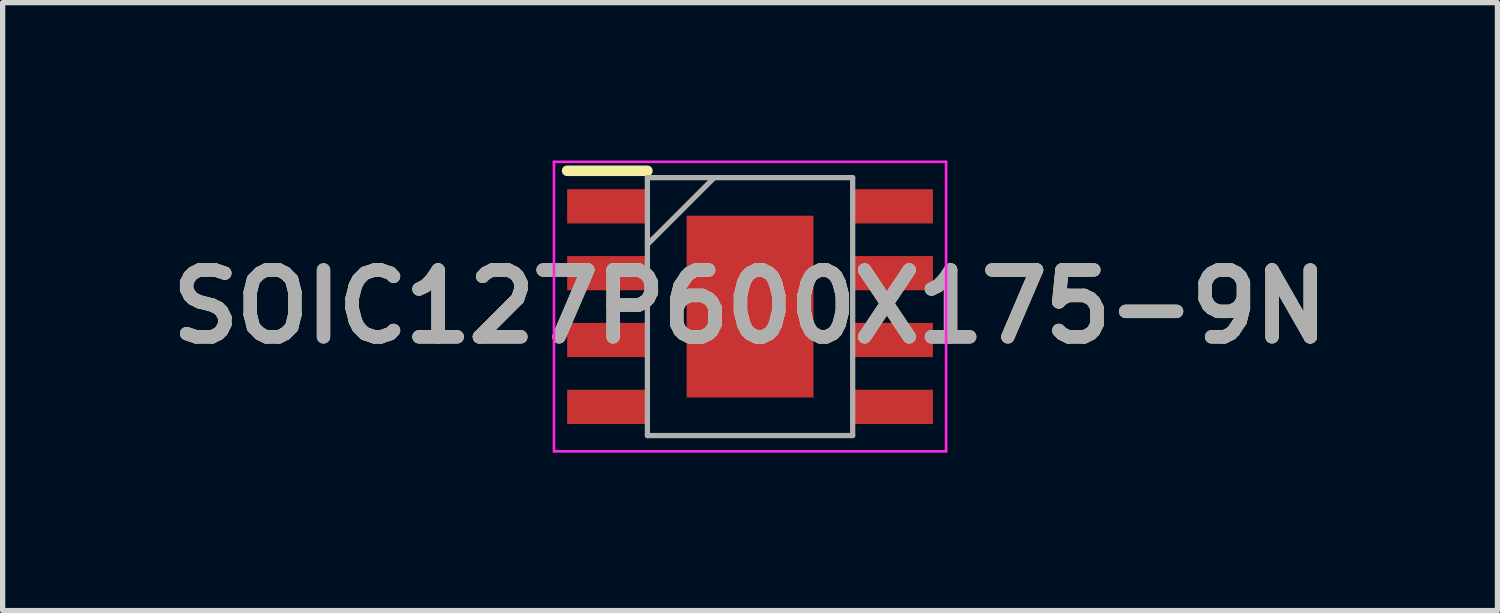
<source format=kicad_pcb>
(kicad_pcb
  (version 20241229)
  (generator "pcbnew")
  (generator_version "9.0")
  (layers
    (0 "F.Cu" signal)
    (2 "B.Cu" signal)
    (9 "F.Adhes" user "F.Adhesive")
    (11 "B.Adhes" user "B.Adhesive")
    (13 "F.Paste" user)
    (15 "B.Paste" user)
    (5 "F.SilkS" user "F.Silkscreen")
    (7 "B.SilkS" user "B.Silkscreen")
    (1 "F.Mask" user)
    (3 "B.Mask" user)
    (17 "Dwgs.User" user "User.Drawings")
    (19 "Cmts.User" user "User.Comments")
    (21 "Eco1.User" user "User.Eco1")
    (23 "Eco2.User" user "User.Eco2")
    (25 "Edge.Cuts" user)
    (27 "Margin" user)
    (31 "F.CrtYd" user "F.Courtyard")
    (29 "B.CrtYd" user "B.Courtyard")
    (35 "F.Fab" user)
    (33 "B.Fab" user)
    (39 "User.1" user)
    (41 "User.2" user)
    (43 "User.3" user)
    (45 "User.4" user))
  (footprint "SOIC127P600X175-9N"
    (layer "F.Cu")
    (at 11.2 2.775)
    (property "Reference" "SOIC127P600X175-9N" (at 0 0 0) (layer "F.SilkS") (effects (font (size 1.27 1.27) (thickness 0.254))))
    (attr smd)
    (fp_line (start -3.475 -2.58) (end -1.95 -2.58) (stroke (width 0.2) (type solid)) (layer "F.SilkS"))
    (fp_line (start -3.725 -2.75) (end 3.725 -2.75) (stroke (width 0.05) (type solid)) (layer "F.CrtYd"))
    (fp_line (start -3.725 2.75) (end -3.725 -2.75) (stroke (width 0.05) (type solid)) (layer "F.CrtYd"))
    (fp_line (start 3.725 -2.75) (end 3.725 2.75) (stroke (width 0.05) (type solid)) (layer "F.CrtYd"))
    (fp_line (start 3.725 2.75) (end -3.725 2.75) (stroke (width 0.05) (type solid)) (layer "F.CrtYd"))
    (fp_line (start -1.95 -2.45) (end 1.95 -2.45) (stroke (width 0.1) (type solid)) (layer "F.Fab"))
    (fp_line (start -1.95 -1.18) (end -0.68 -2.45) (stroke (width 0.1) (type solid)) (layer "F.Fab"))
    (fp_line (start -1.95 2.45) (end -1.95 -2.45) (stroke (width 0.1) (type solid)) (layer "F.Fab"))
    (fp_line (start 1.95 -2.45) (end 1.95 2.45) (stroke (width 0.1) (type solid)) (layer "F.Fab"))
    (fp_line (start 1.95 2.45) (end -1.95 2.45) (stroke (width 0.1) (type solid)) (layer "F.Fab"))
    (fp_text user "${REFERENCE}" (at 0 0 0) (layer "F.Fab") (effects (font (size 1.27 1.27) (thickness 0.254))))
    (pad "1" smd rect (at -2.712 -1.905 90) (size 0.65 1.525) (layers "F.Cu" "F.Mask" "F.Paste"))
    (pad "2" smd rect (at -2.712 -0.635 90) (size 0.65 1.525) (layers "F.Cu" "F.Mask" "F.Paste"))
    (pad "3" smd rect (at -2.712 0.635 90) (size 0.65 1.525) (layers "F.Cu" "F.Mask" "F.Paste"))
    (pad "4" smd rect (at -2.712 1.905 90) (size 0.65 1.525) (layers "F.Cu" "F.Mask" "F.Paste"))
    (pad "5" smd rect (at 2.712 1.905 90) (size 0.65 1.525) (layers "F.Cu" "F.Mask" "F.Paste"))
    (pad "6" smd rect (at 2.712 0.635 90) (size 0.65 1.525) (layers "F.Cu" "F.Mask" "F.Paste"))
    (pad "7" smd rect (at 2.712 -0.635 90) (size 0.65 1.525) (layers "F.Cu" "F.Mask" "F.Paste"))
    (pad "8" smd rect (at 2.712 -1.905 90) (size 0.65 1.525) (layers "F.Cu" "F.Mask" "F.Paste"))
    (pad "9" smd rect (at 0 0) (size 2.41 3.454) (layers "F.Cu" "F.Mask" "F.Paste")))
  (gr_rect
    (start -3 -3)
    (end 25.4 8.55)
    (stroke (width 0.1) (type default))
    (fill no)
    (layer "Edge.Cuts")))
</source>
